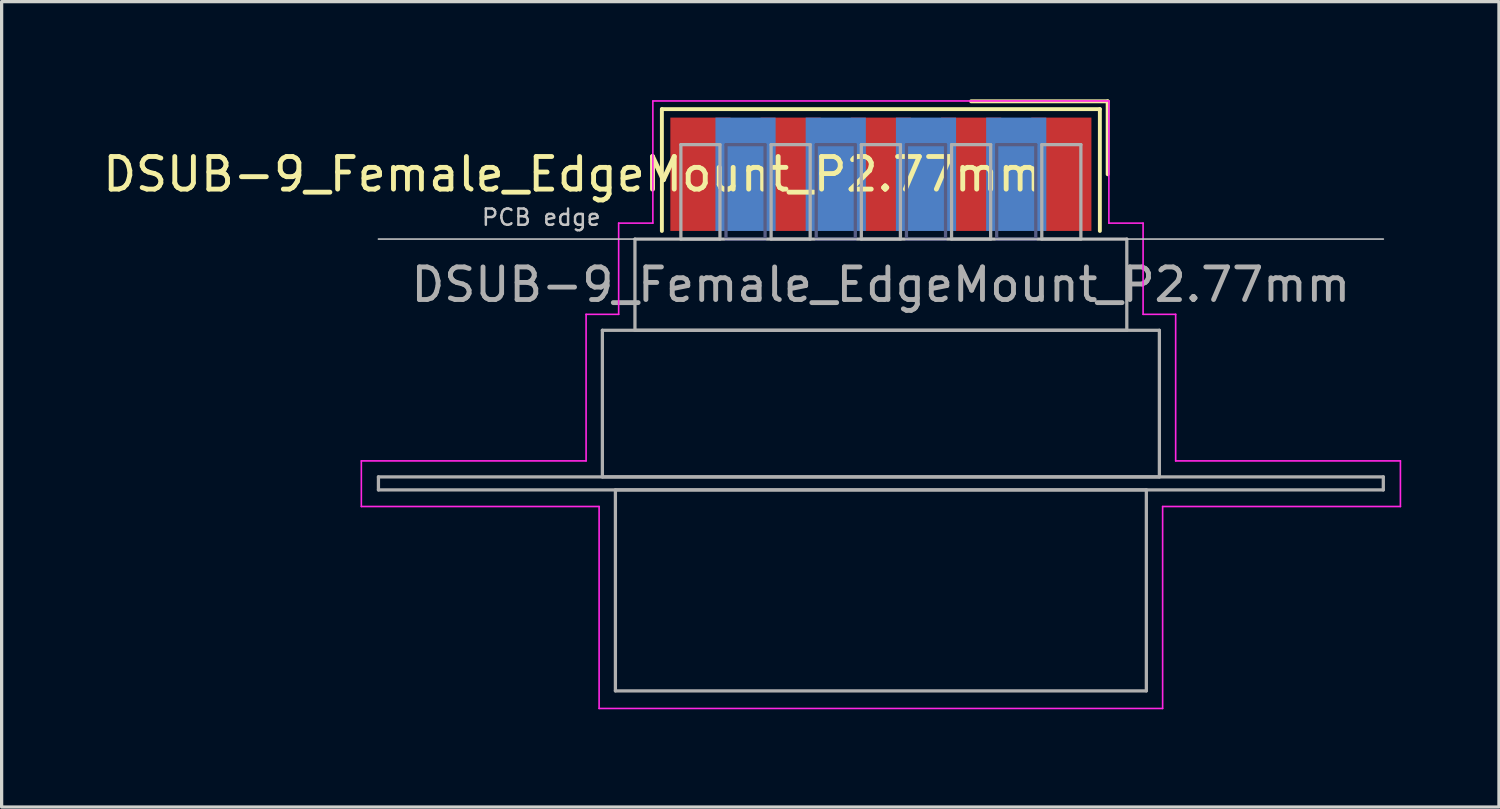
<source format=kicad_pcb>
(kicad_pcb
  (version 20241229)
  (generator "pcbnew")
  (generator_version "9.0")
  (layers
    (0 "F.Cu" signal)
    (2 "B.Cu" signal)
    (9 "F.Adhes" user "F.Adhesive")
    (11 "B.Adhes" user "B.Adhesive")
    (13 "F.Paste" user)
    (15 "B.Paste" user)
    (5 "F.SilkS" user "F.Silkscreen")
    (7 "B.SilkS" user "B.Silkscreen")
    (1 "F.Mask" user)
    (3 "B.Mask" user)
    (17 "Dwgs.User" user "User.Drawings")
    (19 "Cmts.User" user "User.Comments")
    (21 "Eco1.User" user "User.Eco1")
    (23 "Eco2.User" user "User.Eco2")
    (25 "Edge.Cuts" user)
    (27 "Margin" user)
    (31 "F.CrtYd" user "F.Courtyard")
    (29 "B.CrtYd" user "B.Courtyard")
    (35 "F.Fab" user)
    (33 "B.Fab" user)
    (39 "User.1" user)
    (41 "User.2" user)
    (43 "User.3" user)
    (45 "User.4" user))
  (footprint "DSUB-9_Female_EdgeMount_P2.77mm"
    (layer "F.Cu")
    (at 23.993 2.3)
    (property "Reference" "DSUB-9_Female_EdgeMount_P2.77mm" (at -9.463 0 0) (layer "F.SilkS") (effects (font (size 1 1) (thickness 0.15))))
    (attr smd)
    (fp_line (start -6.723 -2) (end -6.723 1.74) (stroke (width 0.12) (type solid)) (layer "F.SilkS"))
    (fp_line (start 6.723 -2) (end -6.723 -2) (stroke (width 0.12) (type solid)) (layer "F.SilkS"))
    (fp_line (start 6.723 1.74) (end 6.723 -2) (stroke (width 0.12) (type solid)) (layer "F.SilkS"))
    (fp_line (start 6.963 -2.24) (end 2.77 -2.24) (stroke (width 0.12) (type solid)) (layer "F.SilkS"))
    (fp_line (start 6.963 0) (end 6.963 -2.24) (stroke (width 0.12) (type solid)) (layer "F.SilkS"))
    (fp_line (start -15.425 1.99) (end 15.425 1.99) (stroke (width 0.05) (type solid)) (layer "Dwgs.User"))
    (fp_line (start -15.95 8.8) (end -9.05 8.8) (stroke (width 0.05) (type solid)) (layer "F.CrtYd"))
    (fp_line (start -15.95 10.2) (end -15.95 8.8) (stroke (width 0.05) (type solid)) (layer "F.CrtYd"))
    (fp_line (start -9.05 4.3) (end -8.05 4.3) (stroke (width 0.05) (type solid)) (layer "F.CrtYd"))
    (fp_line (start -9.05 8.8) (end -9.05 4.3) (stroke (width 0.05) (type solid)) (layer "F.CrtYd"))
    (fp_line (start -8.65 10.2) (end -15.95 10.2) (stroke (width 0.05) (type solid)) (layer "F.CrtYd"))
    (fp_line (start -8.65 16.4) (end -8.65 10.2) (stroke (width 0.05) (type solid)) (layer "F.CrtYd"))
    (fp_line (start -8.05 1.5) (end -7 1.5) (stroke (width 0.05) (type solid)) (layer "F.CrtYd"))
    (fp_line (start -8.05 4.3) (end -8.05 1.5) (stroke (width 0.05) (type solid)) (layer "F.CrtYd"))
    (fp_line (start -7 -2.25) (end 7 -2.25) (stroke (width 0.05) (type solid)) (layer "F.CrtYd"))
    (fp_line (start -7 1.5) (end -7 -2.25) (stroke (width 0.05) (type solid)) (layer "F.CrtYd"))
    (fp_line (start 7 -2.25) (end 7 1.5) (stroke (width 0.05) (type solid)) (layer "F.CrtYd"))
    (fp_line (start 7 1.5) (end 8.05 1.5) (stroke (width 0.05) (type solid)) (layer "F.CrtYd"))
    (fp_line (start 8.05 1.5) (end 8.05 4.3) (stroke (width 0.05) (type solid)) (layer "F.CrtYd"))
    (fp_line (start 8.05 4.3) (end 9.05 4.3) (stroke (width 0.05) (type solid)) (layer "F.CrtYd"))
    (fp_line (start 8.65 10.2) (end 8.65 16.4) (stroke (width 0.05) (type solid)) (layer "F.CrtYd"))
    (fp_line (start 8.65 16.4) (end -8.65 16.4) (stroke (width 0.05) (type solid)) (layer "F.CrtYd"))
    (fp_line (start 9.05 4.3) (end 9.05 8.8) (stroke (width 0.05) (type solid)) (layer "F.CrtYd"))
    (fp_line (start 9.05 8.8) (end 15.95 8.8) (stroke (width 0.05) (type solid)) (layer "F.CrtYd"))
    (fp_line (start 15.95 8.8) (end 15.95 10.2) (stroke (width 0.05) (type solid)) (layer "F.CrtYd"))
    (fp_line (start 15.95 10.2) (end 8.65 10.2) (stroke (width 0.05) (type solid)) (layer "F.CrtYd"))
    (fp_line (start -4.755 -0.91) (end -4.755 1.99) (stroke (width 0.1) (type solid)) (layer "B.Fab"))
    (fp_line (start -4.755 1.99) (end -3.555 1.99) (stroke (width 0.1) (type solid)) (layer "B.Fab"))
    (fp_line (start -3.555 -0.91) (end -4.755 -0.91) (stroke (width 0.1) (type solid)) (layer "B.Fab"))
    (fp_line (start -3.555 1.99) (end -3.555 -0.91) (stroke (width 0.1) (type solid)) (layer "B.Fab"))
    (fp_line (start -1.985 -0.91) (end -1.985 1.99) (stroke (width 0.1) (type solid)) (layer "B.Fab"))
    (fp_line (start -1.985 1.99) (end -0.785 1.99) (stroke (width 0.1) (type solid)) (layer "B.Fab"))
    (fp_line (start -0.785 -0.91) (end -1.985 -0.91) (stroke (width 0.1) (type solid)) (layer "B.Fab"))
    (fp_line (start -0.785 1.99) (end -0.785 -0.91) (stroke (width 0.1) (type solid)) (layer "B.Fab"))
    (fp_line (start 0.785 -0.91) (end 0.785 1.99) (stroke (width 0.1) (type solid)) (layer "B.Fab"))
    (fp_line (start 0.785 1.99) (end 1.985 1.99) (stroke (width 0.1) (type solid)) (layer "B.Fab"))
    (fp_line (start 1.985 -0.91) (end 0.785 -0.91) (stroke (width 0.1) (type solid)) (layer "B.Fab"))
    (fp_line (start 1.985 1.99) (end 1.985 -0.91) (stroke (width 0.1) (type solid)) (layer "B.Fab"))
    (fp_line (start 3.555 -0.91) (end 3.555 1.99) (stroke (width 0.1) (type solid)) (layer "B.Fab"))
    (fp_line (start 3.555 1.99) (end 4.755 1.99) (stroke (width 0.1) (type solid)) (layer "B.Fab"))
    (fp_line (start 4.755 -0.91) (end 3.555 -0.91) (stroke (width 0.1) (type solid)) (layer "B.Fab"))
    (fp_line (start 4.755 1.99) (end 4.755 -0.91) (stroke (width 0.1) (type solid)) (layer "B.Fab"))
    (fp_line (start -15.425 9.29) (end -15.425 9.69) (stroke (width 0.1) (type solid)) (layer "F.Fab"))
    (fp_line (start -15.425 9.69) (end 15.425 9.69) (stroke (width 0.1) (type solid)) (layer "F.Fab"))
    (fp_line (start -8.55 4.79) (end -8.55 9.29) (stroke (width 0.1) (type solid)) (layer "F.Fab"))
    (fp_line (start -8.55 9.29) (end 8.55 9.29) (stroke (width 0.1) (type solid)) (layer "F.Fab"))
    (fp_line (start -8.15 9.69) (end -8.15 15.86) (stroke (width 0.1) (type solid)) (layer "F.Fab"))
    (fp_line (start -8.15 15.86) (end 8.15 15.86) (stroke (width 0.1) (type solid)) (layer "F.Fab"))
    (fp_line (start -7.55 1.99) (end -7.55 4.79) (stroke (width 0.1) (type solid)) (layer "F.Fab"))
    (fp_line (start -7.55 4.79) (end 7.55 4.79) (stroke (width 0.1) (type solid)) (layer "F.Fab"))
    (fp_line (start -6.14 -0.91) (end -6.14 1.99) (stroke (width 0.1) (type solid)) (layer "F.Fab"))
    (fp_line (start -6.14 1.99) (end -4.94 1.99) (stroke (width 0.1) (type solid)) (layer "F.Fab"))
    (fp_line (start -4.94 -0.91) (end -6.14 -0.91) (stroke (width 0.1) (type solid)) (layer "F.Fab"))
    (fp_line (start -4.94 1.99) (end -4.94 -0.91) (stroke (width 0.1) (type solid)) (layer "F.Fab"))
    (fp_line (start -3.37 -0.91) (end -3.37 1.99) (stroke (width 0.1) (type solid)) (layer "F.Fab"))
    (fp_line (start -3.37 1.99) (end -2.17 1.99) (stroke (width 0.1) (type solid)) (layer "F.Fab"))
    (fp_line (start -2.17 -0.91) (end -3.37 -0.91) (stroke (width 0.1) (type solid)) (layer "F.Fab"))
    (fp_line (start -2.17 1.99) (end -2.17 -0.91) (stroke (width 0.1) (type solid)) (layer "F.Fab"))
    (fp_line (start -0.6 -0.91) (end -0.6 1.99) (stroke (width 0.1) (type solid)) (layer "F.Fab"))
    (fp_line (start -0.6 1.99) (end 0.6 1.99) (stroke (width 0.1) (type solid)) (layer "F.Fab"))
    (fp_line (start 0.6 -0.91) (end -0.6 -0.91) (stroke (width 0.1) (type solid)) (layer "F.Fab"))
    (fp_line (start 0.6 1.99) (end 0.6 -0.91) (stroke (width 0.1) (type solid)) (layer "F.Fab"))
    (fp_line (start 2.17 -0.91) (end 2.17 1.99) (stroke (width 0.1) (type solid)) (layer "F.Fab"))
    (fp_line (start 2.17 1.99) (end 3.37 1.99) (stroke (width 0.1) (type solid)) (layer "F.Fab"))
    (fp_line (start 3.37 -0.91) (end 2.17 -0.91) (stroke (width 0.1) (type solid)) (layer "F.Fab"))
    (fp_line (start 3.37 1.99) (end 3.37 -0.91) (stroke (width 0.1) (type solid)) (layer "F.Fab"))
    (fp_line (start 4.94 -0.91) (end 4.94 1.99) (stroke (width 0.1) (type solid)) (layer "F.Fab"))
    (fp_line (start 4.94 1.99) (end 6.14 1.99) (stroke (width 0.1) (type solid)) (layer "F.Fab"))
    (fp_line (start 6.14 -0.91) (end 4.94 -0.91) (stroke (width 0.1) (type solid)) (layer "F.Fab"))
    (fp_line (start 6.14 1.99) (end 6.14 -0.91) (stroke (width 0.1) (type solid)) (layer "F.Fab"))
    (fp_line (start 7.55 1.99) (end -7.55 1.99) (stroke (width 0.1) (type solid)) (layer "F.Fab"))
    (fp_line (start 7.55 4.79) (end 7.55 1.99) (stroke (width 0.1) (type solid)) (layer "F.Fab"))
    (fp_line (start 8.15 9.69) (end -8.15 9.69) (stroke (width 0.1) (type solid)) (layer "F.Fab"))
    (fp_line (start 8.15 15.86) (end 8.15 9.69) (stroke (width 0.1) (type solid)) (layer "F.Fab"))
    (fp_line (start 8.55 4.79) (end -8.55 4.79) (stroke (width 0.1) (type solid)) (layer "F.Fab"))
    (fp_line (start 8.55 9.29) (end 8.55 4.79) (stroke (width 0.1) (type solid)) (layer "F.Fab"))
    (fp_line (start 15.425 9.29) (end -15.425 9.29) (stroke (width 0.1) (type solid)) (layer "F.Fab"))
    (fp_line (start 15.425 9.69) (end 15.425 9.29) (stroke (width 0.1) (type solid)) (layer "F.Fab"))
    (fp_text user "PCB edge" (at -10.425 1.323 0) (layer "Dwgs.User") (effects (font (size 0.5 0.5) (thickness 0.075))))
    (fp_text user "${REFERENCE}" (at 0 3.39 0) (layer "F.Fab") (effects (font (size 1 1) (thickness 0.15))))
    (pad "1" smd rect (at 5.54 0) (size 1.847 3.48) (layers "F.Cu" "F.Mask" "F.Paste"))
    (pad "2" smd rect (at 2.77 0) (size 1.847 3.48) (layers "F.Cu" "F.Mask" "F.Paste"))
    (pad "3" smd rect (at 0 0) (size 1.847 3.48) (layers "F.Cu" "F.Mask" "F.Paste"))
    (pad "4" smd rect (at -2.77 0) (size 1.847 3.48) (layers "F.Cu" "F.Mask" "F.Paste"))
    (pad "5" smd rect (at -5.54 0) (size 1.847 3.48) (layers "F.Cu" "F.Mask" "F.Paste"))
    (pad "6" smd rect (at 4.155 0) (size 1.847 3.48) (layers "B.Cu" "B.Mask" "B.Paste"))
    (pad "7" smd rect (at 1.385 0) (size 1.847 3.48) (layers "B.Cu" "B.Mask" "B.Paste"))
    (pad "8" smd rect (at -1.385 0) (size 1.847 3.48) (layers "B.Cu" "B.Mask" "B.Paste"))
    (pad "9" smd rect (at -4.155 0) (size 1.847 3.48) (layers "B.Cu" "B.Mask" "B.Paste")))
  (gr_rect
    (start -3 -3)
    (end 42.968 21.725)
    (stroke (width 0.1) (type default))
    (fill no)
    (layer "Edge.Cuts")))
</source>
